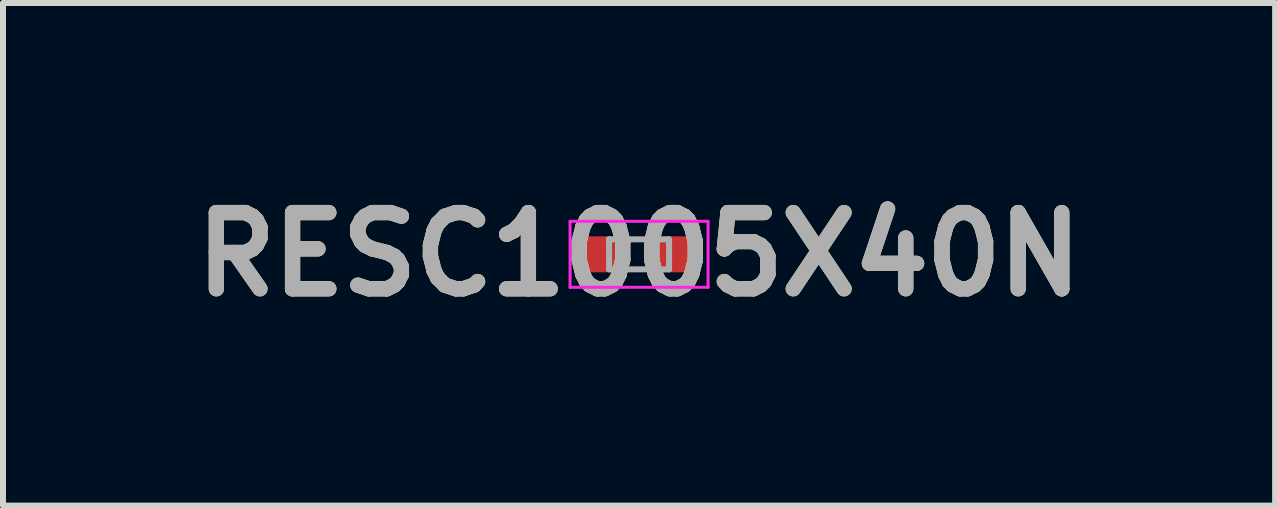
<source format=kicad_pcb>
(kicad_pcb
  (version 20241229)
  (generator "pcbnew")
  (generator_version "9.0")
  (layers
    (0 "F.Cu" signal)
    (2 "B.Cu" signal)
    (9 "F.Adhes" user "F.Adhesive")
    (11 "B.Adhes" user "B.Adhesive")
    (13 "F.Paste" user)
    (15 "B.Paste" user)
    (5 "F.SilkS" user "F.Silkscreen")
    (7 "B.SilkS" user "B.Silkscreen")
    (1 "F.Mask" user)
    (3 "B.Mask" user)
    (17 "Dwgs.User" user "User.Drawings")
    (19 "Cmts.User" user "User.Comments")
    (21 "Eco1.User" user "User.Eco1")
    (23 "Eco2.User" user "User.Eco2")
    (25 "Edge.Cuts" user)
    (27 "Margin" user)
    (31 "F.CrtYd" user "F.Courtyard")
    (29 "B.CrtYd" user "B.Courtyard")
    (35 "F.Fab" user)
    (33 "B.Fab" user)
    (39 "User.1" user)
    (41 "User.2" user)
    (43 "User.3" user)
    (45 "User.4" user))
  (footprint "RESC1005X40N"
    (layer "F.Cu")
    (at 7.602 1.189)
    (property "Reference" "RESC1005X40N" (at 0 0 0) (layer "F.SilkS") (effects (font (size 1.27 1.27) (thickness 0.254))))
    (attr smd)
    (fp_line (start -1.15 -0.55) (end 1.15 -0.55) (stroke (width 0.05) (type solid)) (layer "F.CrtYd"))
    (fp_line (start -1.15 0.55) (end -1.15 -0.55) (stroke (width 0.05) (type solid)) (layer "F.CrtYd"))
    (fp_line (start 1.15 -0.55) (end 1.15 0.55) (stroke (width 0.05) (type solid)) (layer "F.CrtYd"))
    (fp_line (start 1.15 0.55) (end -1.15 0.55) (stroke (width 0.05) (type solid)) (layer "F.CrtYd"))
    (fp_line (start -0.5 -0.25) (end 0.5 -0.25) (stroke (width 0.1) (type solid)) (layer "F.Fab"))
    (fp_line (start -0.5 0.25) (end -0.5 -0.25) (stroke (width 0.1) (type solid)) (layer "F.Fab"))
    (fp_line (start 0.5 -0.25) (end 0.5 0.25) (stroke (width 0.1) (type solid)) (layer "F.Fab"))
    (fp_line (start 0.5 0.25) (end -0.5 0.25) (stroke (width 0.1) (type solid)) (layer "F.Fab"))
    (fp_text user "${REFERENCE}" (at 0 0 0) (layer "F.Fab") (effects (font (size 1.27 1.27) (thickness 0.254))))
    (pad "1" smd rect (at -0.55 0 90) (size 0.6 0.7) (layers "F.Cu" "F.Mask" "F.Paste"))
    (pad "2" smd rect (at 0.55 0 90) (size 0.6 0.7) (layers "F.Cu" "F.Mask" "F.Paste")))
  (gr_rect
    (start -3 -3)
    (end 18.204 5.377)
    (stroke (width 0.1) (type default))
    (fill no)
    (layer "Edge.Cuts")))
</source>
